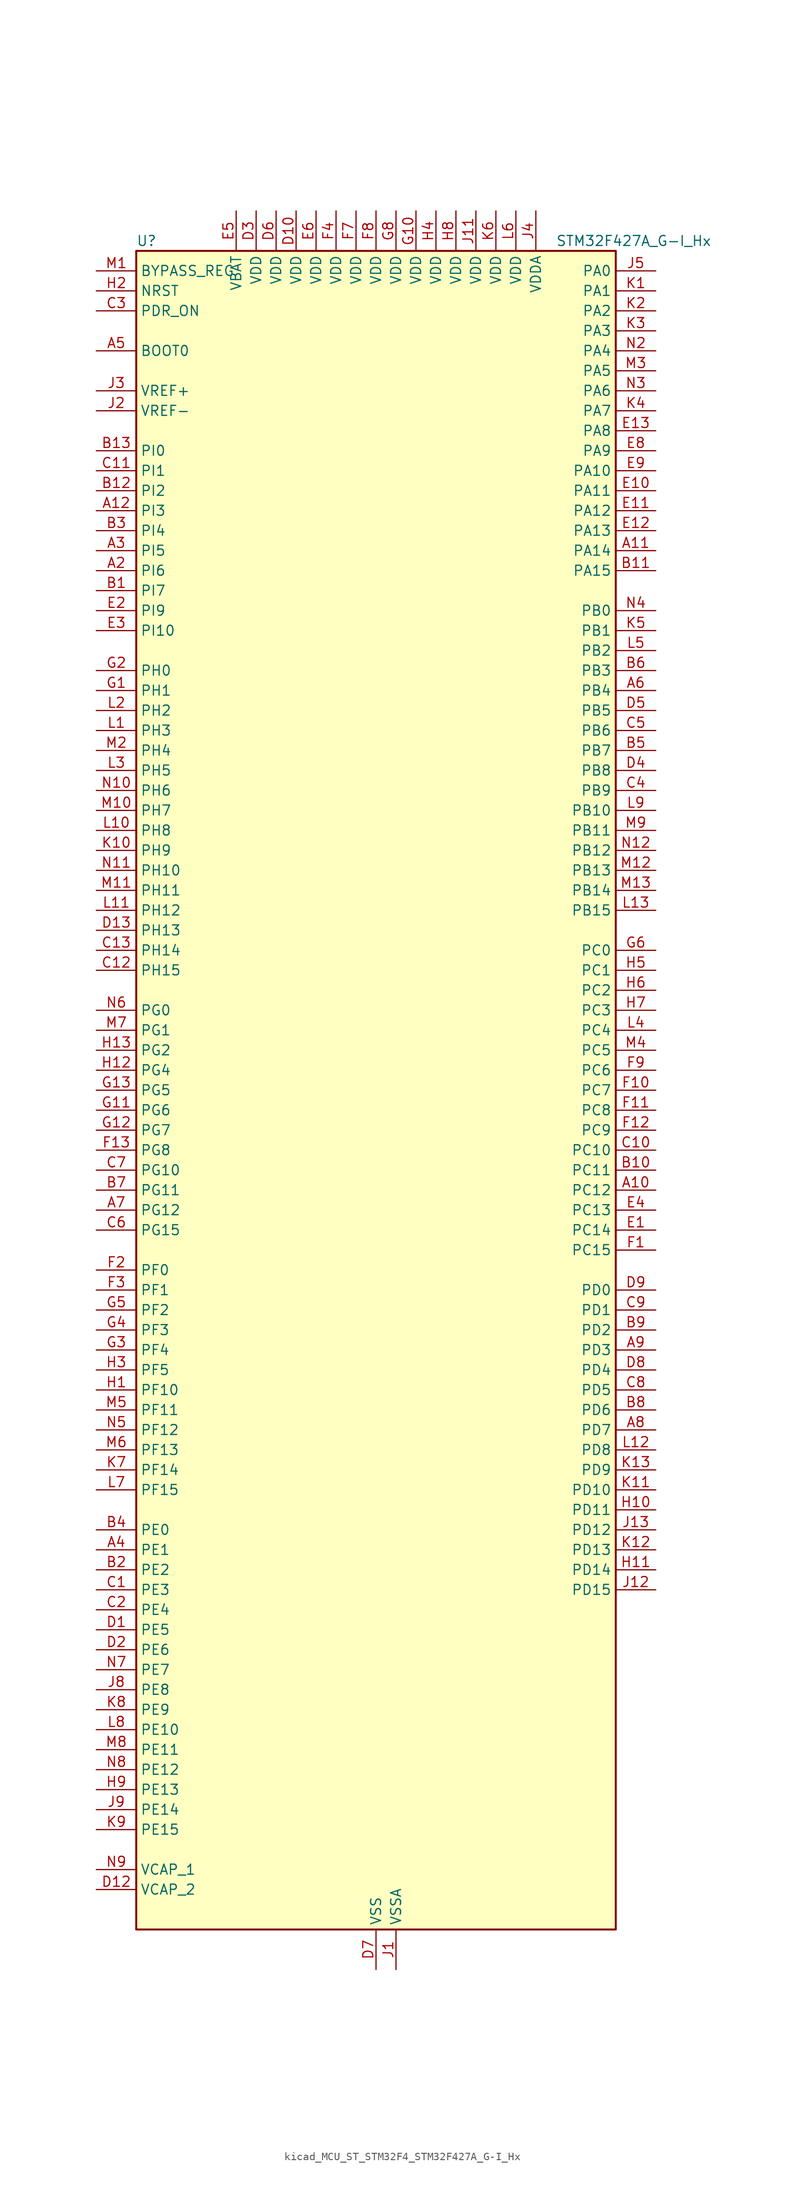
<source format=kicad_sym>
(kicad_symbol_lib
  (version 20220914)
  (generator kicad_symbol_editor)
  (symbol "kicad_MCU_ST_STM32F4_STM32F427A_G-I_Hx"
    (property "Reference" "U"
      (at -30.48 107.95 0)
      (effects (font (size 1.27 1.27)) (justify left)))
    (property "Value" "STM32F427A_G-I_Hx"
      (at 22.86 107.95 0)
      (effects (font (size 1.27 1.27)) (justify left)))
    (property "ki_locked" ""
      (at 0 0 0)
      (effects (font (size 1.27 1.27))))
    (symbol "kicad_MCU_ST_STM32F4_STM32F427A_G-I_Hx_0_1"
      (rectangle (start -30.48 -106.68) (end 30.48 106.68) (stroke (width 0.254) (type default)) (fill (type background))))
    (symbol "kicad_MCU_ST_STM32F4_STM32F427A_G-I_Hx_1_1"
      (pin no_connect line (at -30.48 -106.68 0) (length 5.08) hide (name "NC" (effects (font (size 1.27 1.27)))) (number "A1" (effects (font (size 1.27 1.27)))))
      (pin bidirectional line (at 35.56 -12.7 180) (length 5.08) (name "PC12" (effects (font (size 1.27 1.27)))) (number "A10" (effects (font (size 1.27 1.27)))) (alternate "DCMI_D9" bidirectional line) (alternate "I2S3_SD" bidirectional line) (alternate "SDIO_CK" bidirectional line) (alternate "SPI3_MOSI" bidirectional line) (alternate "UART5_TX" bidirectional line) (alternate "USART3_CK" bidirectional line))
      (pin bidirectional line (at 35.56 68.58 180) (length 5.08) (name "PA14" (effects (font (size 1.27 1.27)))) (number "A11" (effects (font (size 1.27 1.27)))) (alternate "SYS_JTCK-SWCLK" bidirectional line))
      (pin bidirectional line (at -35.56 73.66 0) (length 5.08) (name "PI3" (effects (font (size 1.27 1.27)))) (number "A12" (effects (font (size 1.27 1.27)))) (alternate "DCMI_D10" bidirectional line) (alternate "FMC_D27" bidirectional line) (alternate "I2S2_SD" bidirectional line) (alternate "SPI2_MOSI" bidirectional line) (alternate "TIM8_ETR" bidirectional line))
      (pin no_connect line (at -30.48 -104.14 0) (length 5.08) hide (name "NC" (effects (font (size 1.27 1.27)))) (number "A13" (effects (font (size 1.27 1.27)))))
      (pin bidirectional line (at -35.56 66.04 0) (length 5.08) (name "PI6" (effects (font (size 1.27 1.27)))) (number "A2" (effects (font (size 1.27 1.27)))) (alternate "DCMI_D6" bidirectional line) (alternate "FMC_D28" bidirectional line) (alternate "TIM8_CH2" bidirectional line))
      (pin bidirectional line (at -35.56 68.58 0) (length 5.08) (name "PI5" (effects (font (size 1.27 1.27)))) (number "A3" (effects (font (size 1.27 1.27)))) (alternate "DCMI_VSYNC" bidirectional line) (alternate "FMC_NBL3" bidirectional line) (alternate "TIM8_CH1" bidirectional line))
      (pin bidirectional line (at -35.56 -58.42 0) (length 5.08) (name "PE1" (effects (font (size 1.27 1.27)))) (number "A4" (effects (font (size 1.27 1.27)))) (alternate "DCMI_D3" bidirectional line) (alternate "FMC_NBL1" bidirectional line) (alternate "UART8_TX" bidirectional line))
      (pin input line (at -35.56 93.98 0) (length 5.08) (name "BOOT0" (effects (font (size 1.27 1.27)))) (number "A5" (effects (font (size 1.27 1.27)))))
      (pin bidirectional line (at 35.56 50.8 180) (length 5.08) (name "PB4" (effects (font (size 1.27 1.27)))) (number "A6" (effects (font (size 1.27 1.27)))) (alternate "I2S3_ext_SD" bidirectional line) (alternate "SPI1_MISO" bidirectional line) (alternate "SPI3_MISO" bidirectional line) (alternate "SYS_JTRST" bidirectional line) (alternate "TIM3_CH1" bidirectional line))
      (pin bidirectional line (at -35.56 -15.24 0) (length 5.08) (name "PG12" (effects (font (size 1.27 1.27)))) (number "A7" (effects (font (size 1.27 1.27)))) (alternate "FMC_NE4" bidirectional line) (alternate "USART6_RTS" bidirectional line))
      (pin bidirectional line (at 35.56 -43.18 180) (length 5.08) (name "PD7" (effects (font (size 1.27 1.27)))) (number "A8" (effects (font (size 1.27 1.27)))) (alternate "FMC_NCE2" bidirectional line) (alternate "FMC_NE1" bidirectional line) (alternate "USART2_CK" bidirectional line))
      (pin bidirectional line (at 35.56 -33.02 180) (length 5.08) (name "PD3" (effects (font (size 1.27 1.27)))) (number "A9" (effects (font (size 1.27 1.27)))) (alternate "DCMI_D5" bidirectional line) (alternate "FMC_CLK" bidirectional line) (alternate "I2S2_CK" bidirectional line) (alternate "SPI2_SCK" bidirectional line) (alternate "USART2_CTS" bidirectional line))
      (pin bidirectional line (at -35.56 63.5 0) (length 5.08) (name "PI7" (effects (font (size 1.27 1.27)))) (number "B1" (effects (font (size 1.27 1.27)))) (alternate "DCMI_D7" bidirectional line) (alternate "FMC_D29" bidirectional line) (alternate "TIM8_CH3" bidirectional line))
      (pin bidirectional line (at 35.56 -10.16 180) (length 5.08) (name "PC11" (effects (font (size 1.27 1.27)))) (number "B10" (effects (font (size 1.27 1.27)))) (alternate "ADC1_EXTI11" bidirectional line) (alternate "ADC2_EXTI11" bidirectional line) (alternate "ADC3_EXTI11" bidirectional line) (alternate "DCMI_D4" bidirectional line) (alternate "I2S3_ext_SD" bidirectional line) (alternate "SDIO_D3" bidirectional line) (alternate "SPI3_MISO" bidirectional line) (alternate "UART4_RX" bidirectional line) (alternate "USART3_RX" bidirectional line))
      (pin bidirectional line (at 35.56 66.04 180) (length 5.08) (name "PA15" (effects (font (size 1.27 1.27)))) (number "B11" (effects (font (size 1.27 1.27)))) (alternate "ADC1_EXTI15" bidirectional line) (alternate "ADC2_EXTI15" bidirectional line) (alternate "ADC3_EXTI15" bidirectional line) (alternate "I2S3_WS" bidirectional line) (alternate "SPI1_NSS" bidirectional line) (alternate "SPI3_NSS" bidirectional line) (alternate "SYS_JTDI" bidirectional line) (alternate "TIM2_CH1" bidirectional line) (alternate "TIM2_ETR" bidirectional line))
      (pin bidirectional line (at -35.56 76.2 0) (length 5.08) (name "PI2" (effects (font (size 1.27 1.27)))) (number "B12" (effects (font (size 1.27 1.27)))) (alternate "DCMI_D9" bidirectional line) (alternate "FMC_D26" bidirectional line) (alternate "I2S2_ext_SD" bidirectional line) (alternate "SPI2_MISO" bidirectional line) (alternate "TIM8_CH4" bidirectional line))
      (pin bidirectional line (at -35.56 81.28 0) (length 5.08) (name "PI0" (effects (font (size 1.27 1.27)))) (number "B13" (effects (font (size 1.27 1.27)))) (alternate "DCMI_D13" bidirectional line) (alternate "FMC_D24" bidirectional line) (alternate "I2S2_WS" bidirectional line) (alternate "SPI2_NSS" bidirectional line) (alternate "TIM5_CH4" bidirectional line))
      (pin bidirectional line (at -35.56 -60.96 0) (length 5.08) (name "PE2" (effects (font (size 1.27 1.27)))) (number "B2" (effects (font (size 1.27 1.27)))) (alternate "ETH_TXD3" bidirectional line) (alternate "FMC_A23" bidirectional line) (alternate "SAI1_MCLK_A" bidirectional line) (alternate "SPI4_SCK" bidirectional line) (alternate "SYS_TRACECLK" bidirectional line))
      (pin bidirectional line (at -35.56 71.12 0) (length 5.08) (name "PI4" (effects (font (size 1.27 1.27)))) (number "B3" (effects (font (size 1.27 1.27)))) (alternate "DCMI_D5" bidirectional line) (alternate "FMC_NBL2" bidirectional line) (alternate "TIM8_BKIN" bidirectional line))
      (pin bidirectional line (at -35.56 -55.88 0) (length 5.08) (name "PE0" (effects (font (size 1.27 1.27)))) (number "B4" (effects (font (size 1.27 1.27)))) (alternate "DCMI_D2" bidirectional line) (alternate "FMC_NBL0" bidirectional line) (alternate "TIM4_ETR" bidirectional line) (alternate "UART8_RX" bidirectional line))
      (pin bidirectional line (at 35.56 43.18 180) (length 5.08) (name "PB7" (effects (font (size 1.27 1.27)))) (number "B5" (effects (font (size 1.27 1.27)))) (alternate "DCMI_VSYNC" bidirectional line) (alternate "FMC_NL" bidirectional line) (alternate "I2C1_SDA" bidirectional line) (alternate "TIM4_CH2" bidirectional line) (alternate "USART1_RX" bidirectional line))
      (pin bidirectional line (at 35.56 53.34 180) (length 5.08) (name "PB3" (effects (font (size 1.27 1.27)))) (number "B6" (effects (font (size 1.27 1.27)))) (alternate "I2S3_CK" bidirectional line) (alternate "SPI1_SCK" bidirectional line) (alternate "SPI3_SCK" bidirectional line) (alternate "SYS_JTDO-SWO" bidirectional line) (alternate "TIM2_CH2" bidirectional line))
      (pin bidirectional line (at -35.56 -12.7 0) (length 5.08) (name "PG11" (effects (font (size 1.27 1.27)))) (number "B7" (effects (font (size 1.27 1.27)))) (alternate "ADC1_EXTI11" bidirectional line) (alternate "ADC2_EXTI11" bidirectional line) (alternate "ADC3_EXTI11" bidirectional line) (alternate "DCMI_D3" bidirectional line) (alternate "ETH_TX_EN" bidirectional line))
      (pin bidirectional line (at 35.56 -40.64 180) (length 5.08) (name "PD6" (effects (font (size 1.27 1.27)))) (number "B8" (effects (font (size 1.27 1.27)))) (alternate "DCMI_D10" bidirectional line) (alternate "FMC_NWAIT" bidirectional line) (alternate "I2S3_SD" bidirectional line) (alternate "SAI1_SD_A" bidirectional line) (alternate "SPI3_MOSI" bidirectional line) (alternate "USART2_RX" bidirectional line))
      (pin bidirectional line (at 35.56 -30.48 180) (length 5.08) (name "PD2" (effects (font (size 1.27 1.27)))) (number "B9" (effects (font (size 1.27 1.27)))) (alternate "DCMI_D11" bidirectional line) (alternate "SDIO_CMD" bidirectional line) (alternate "TIM3_ETR" bidirectional line) (alternate "UART5_RX" bidirectional line))
      (pin bidirectional line (at -35.56 -63.5 0) (length 5.08) (name "PE3" (effects (font (size 1.27 1.27)))) (number "C1" (effects (font (size 1.27 1.27)))) (alternate "FMC_A19" bidirectional line) (alternate "SAI1_SD_B" bidirectional line) (alternate "SYS_TRACED0" bidirectional line))
      (pin bidirectional line (at 35.56 -7.62 180) (length 5.08) (name "PC10" (effects (font (size 1.27 1.27)))) (number "C10" (effects (font (size 1.27 1.27)))) (alternate "DCMI_D8" bidirectional line) (alternate "I2S3_CK" bidirectional line) (alternate "SDIO_D2" bidirectional line) (alternate "SPI3_SCK" bidirectional line) (alternate "UART4_TX" bidirectional line) (alternate "USART3_TX" bidirectional line))
      (pin bidirectional line (at -35.56 78.74 0) (length 5.08) (name "PI1" (effects (font (size 1.27 1.27)))) (number "C11" (effects (font (size 1.27 1.27)))) (alternate "DCMI_D8" bidirectional line) (alternate "FMC_D25" bidirectional line) (alternate "I2S2_CK" bidirectional line) (alternate "SPI2_SCK" bidirectional line))
      (pin bidirectional line (at -35.56 15.24 0) (length 5.08) (name "PH15" (effects (font (size 1.27 1.27)))) (number "C12" (effects (font (size 1.27 1.27)))) (alternate "ADC1_EXTI15" bidirectional line) (alternate "ADC2_EXTI15" bidirectional line) (alternate "ADC3_EXTI15" bidirectional line) (alternate "DCMI_D11" bidirectional line) (alternate "FMC_D23" bidirectional line) (alternate "TIM8_CH3N" bidirectional line))
      (pin bidirectional line (at -35.56 17.78 0) (length 5.08) (name "PH14" (effects (font (size 1.27 1.27)))) (number "C13" (effects (font (size 1.27 1.27)))) (alternate "DCMI_D4" bidirectional line) (alternate "FMC_D22" bidirectional line) (alternate "TIM8_CH2N" bidirectional line))
      (pin bidirectional line (at -35.56 -66.04 0) (length 5.08) (name "PE4" (effects (font (size 1.27 1.27)))) (number "C2" (effects (font (size 1.27 1.27)))) (alternate "DCMI_D4" bidirectional line) (alternate "FMC_A20" bidirectional line) (alternate "SAI1_FS_A" bidirectional line) (alternate "SPI4_NSS" bidirectional line) (alternate "SYS_TRACED1" bidirectional line))
      (pin input line (at -35.56 99.06 0) (length 5.08) (name "PDR_ON" (effects (font (size 1.27 1.27)))) (number "C3" (effects (font (size 1.27 1.27)))))
      (pin bidirectional line (at 35.56 38.1 180) (length 5.08) (name "PB9" (effects (font (size 1.27 1.27)))) (number "C4" (effects (font (size 1.27 1.27)))) (alternate "CAN1_TX" bidirectional line) (alternate "DAC_EXTI9" bidirectional line) (alternate "DCMI_D7" bidirectional line) (alternate "I2C1_SDA" bidirectional line) (alternate "I2S2_WS" bidirectional line) (alternate "SDIO_D5" bidirectional line) (alternate "SPI2_NSS" bidirectional line) (alternate "TIM11_CH1" bidirectional line) (alternate "TIM4_CH4" bidirectional line))
      (pin bidirectional line (at 35.56 45.72 180) (length 5.08) (name "PB6" (effects (font (size 1.27 1.27)))) (number "C5" (effects (font (size 1.27 1.27)))) (alternate "CAN2_TX" bidirectional line) (alternate "DCMI_D5" bidirectional line) (alternate "FMC_SDNE1" bidirectional line) (alternate "I2C1_SCL" bidirectional line) (alternate "TIM4_CH1" bidirectional line) (alternate "USART1_TX" bidirectional line))
      (pin bidirectional line (at -35.56 -17.78 0) (length 5.08) (name "PG15" (effects (font (size 1.27 1.27)))) (number "C6" (effects (font (size 1.27 1.27)))) (alternate "ADC1_EXTI15" bidirectional line) (alternate "ADC2_EXTI15" bidirectional line) (alternate "ADC3_EXTI15" bidirectional line) (alternate "DCMI_D13" bidirectional line) (alternate "FMC_SDNCAS" bidirectional line) (alternate "USART6_CTS" bidirectional line))
      (pin bidirectional line (at -35.56 -10.16 0) (length 5.08) (name "PG10" (effects (font (size 1.27 1.27)))) (number "C7" (effects (font (size 1.27 1.27)))) (alternate "DCMI_D2" bidirectional line) (alternate "FMC_NE3" bidirectional line))
      (pin bidirectional line (at 35.56 -38.1 180) (length 5.08) (name "PD5" (effects (font (size 1.27 1.27)))) (number "C8" (effects (font (size 1.27 1.27)))) (alternate "FMC_NWE" bidirectional line) (alternate "USART2_TX" bidirectional line))
      (pin bidirectional line (at 35.56 -27.94 180) (length 5.08) (name "PD1" (effects (font (size 1.27 1.27)))) (number "C9" (effects (font (size 1.27 1.27)))) (alternate "CAN1_TX" bidirectional line) (alternate "FMC_D3" bidirectional line) (alternate "FMC_DA3" bidirectional line))
      (pin bidirectional line (at -35.56 -68.58 0) (length 5.08) (name "PE5" (effects (font (size 1.27 1.27)))) (number "D1" (effects (font (size 1.27 1.27)))) (alternate "DCMI_D6" bidirectional line) (alternate "FMC_A21" bidirectional line) (alternate "SAI1_SCK_A" bidirectional line) (alternate "SPI4_MISO" bidirectional line) (alternate "SYS_TRACED2" bidirectional line) (alternate "TIM9_CH1" bidirectional line))
      (pin power_in line (at -10.16 111.76 270) (length 5.08) (name "VDD" (effects (font (size 1.27 1.27)))) (number "D10" (effects (font (size 1.27 1.27)))))
      (pin passive line (at 0 -111.76 90) (length 5.08) hide (name "VSS" (effects (font (size 1.27 1.27)))) (number "D11" (effects (font (size 1.27 1.27)))))
      (pin power_out line (at -35.56 -101.6 0) (length 5.08) (name "VCAP_2" (effects (font (size 1.27 1.27)))) (number "D12" (effects (font (size 1.27 1.27)))))
      (pin bidirectional line (at -35.56 20.32 0) (length 5.08) (name "PH13" (effects (font (size 1.27 1.27)))) (number "D13" (effects (font (size 1.27 1.27)))) (alternate "CAN1_TX" bidirectional line) (alternate "FMC_D21" bidirectional line) (alternate "TIM8_CH1N" bidirectional line))
      (pin bidirectional line (at -35.56 -71.12 0) (length 5.08) (name "PE6" (effects (font (size 1.27 1.27)))) (number "D2" (effects (font (size 1.27 1.27)))) (alternate "DCMI_D7" bidirectional line) (alternate "FMC_A22" bidirectional line) (alternate "SAI1_SD_A" bidirectional line) (alternate "SPI4_MOSI" bidirectional line) (alternate "SYS_TRACED3" bidirectional line) (alternate "TIM9_CH2" bidirectional line))
      (pin power_in line (at -15.24 111.76 270) (length 5.08) (name "VDD" (effects (font (size 1.27 1.27)))) (number "D3" (effects (font (size 1.27 1.27)))))
      (pin bidirectional line (at 35.56 40.64 180) (length 5.08) (name "PB8" (effects (font (size 1.27 1.27)))) (number "D4" (effects (font (size 1.27 1.27)))) (alternate "CAN1_RX" bidirectional line) (alternate "DCMI_D6" bidirectional line) (alternate "ETH_TXD3" bidirectional line) (alternate "I2C1_SCL" bidirectional line) (alternate "SDIO_D4" bidirectional line) (alternate "TIM10_CH1" bidirectional line) (alternate "TIM4_CH3" bidirectional line))
      (pin bidirectional line (at 35.56 48.26 180) (length 5.08) (name "PB5" (effects (font (size 1.27 1.27)))) (number "D5" (effects (font (size 1.27 1.27)))) (alternate "CAN2_RX" bidirectional line) (alternate "DCMI_D10" bidirectional line) (alternate "ETH_PPS_OUT" bidirectional line) (alternate "FMC_SDCKE1" bidirectional line) (alternate "I2C1_SMBA" bidirectional line) (alternate "I2S3_SD" bidirectional line) (alternate "SPI1_MOSI" bidirectional line) (alternate "SPI3_MOSI" bidirectional line) (alternate "TIM3_CH2" bidirectional line) (alternate "USB_OTG_HS_ULPI_D7" bidirectional line))
      (pin power_in line (at -12.7 111.76 270) (length 5.08) (name "VDD" (effects (font (size 1.27 1.27)))) (number "D6" (effects (font (size 1.27 1.27)))))
      (pin power_in line (at 0 -111.76 90) (length 5.08) (name "VSS" (effects (font (size 1.27 1.27)))) (number "D7" (effects (font (size 1.27 1.27)))))
      (pin bidirectional line (at 35.56 -35.56 180) (length 5.08) (name "PD4" (effects (font (size 1.27 1.27)))) (number "D8" (effects (font (size 1.27 1.27)))) (alternate "FMC_NOE" bidirectional line) (alternate "USART2_RTS" bidirectional line))
      (pin bidirectional line (at 35.56 -25.4 180) (length 5.08) (name "PD0" (effects (font (size 1.27 1.27)))) (number "D9" (effects (font (size 1.27 1.27)))) (alternate "CAN1_RX" bidirectional line) (alternate "FMC_D2" bidirectional line) (alternate "FMC_DA2" bidirectional line))
      (pin bidirectional line (at 35.56 -17.78 180) (length 5.08) (name "PC14" (effects (font (size 1.27 1.27)))) (number "E1" (effects (font (size 1.27 1.27)))) (alternate "RCC_OSC32_IN" bidirectional line))
      (pin bidirectional line (at 35.56 76.2 180) (length 5.08) (name "PA11" (effects (font (size 1.27 1.27)))) (number "E10" (effects (font (size 1.27 1.27)))) (alternate "ADC1_EXTI11" bidirectional line) (alternate "ADC2_EXTI11" bidirectional line) (alternate "ADC3_EXTI11" bidirectional line) (alternate "CAN1_RX" bidirectional line) (alternate "TIM1_CH4" bidirectional line) (alternate "USART1_CTS" bidirectional line) (alternate "USB_OTG_FS_DM" bidirectional line))
      (pin bidirectional line (at 35.56 73.66 180) (length 5.08) (name "PA12" (effects (font (size 1.27 1.27)))) (number "E11" (effects (font (size 1.27 1.27)))) (alternate "CAN1_TX" bidirectional line) (alternate "TIM1_ETR" bidirectional line) (alternate "USART1_RTS" bidirectional line) (alternate "USB_OTG_FS_DP" bidirectional line))
      (pin bidirectional line (at 35.56 71.12 180) (length 5.08) (name "PA13" (effects (font (size 1.27 1.27)))) (number "E12" (effects (font (size 1.27 1.27)))) (alternate "SYS_JTMS-SWDIO" bidirectional line))
      (pin bidirectional line (at 35.56 83.82 180) (length 5.08) (name "PA8" (effects (font (size 1.27 1.27)))) (number "E13" (effects (font (size 1.27 1.27)))) (alternate "I2C3_SCL" bidirectional line) (alternate "RCC_MCO_1" bidirectional line) (alternate "TIM1_CH1" bidirectional line) (alternate "USART1_CK" bidirectional line) (alternate "USB_OTG_FS_SOF" bidirectional line))
      (pin bidirectional line (at -35.56 60.96 0) (length 5.08) (name "PI9" (effects (font (size 1.27 1.27)))) (number "E2" (effects (font (size 1.27 1.27)))) (alternate "CAN1_RX" bidirectional line) (alternate "DAC_EXTI9" bidirectional line) (alternate "FMC_D30" bidirectional line))
      (pin bidirectional line (at -35.56 58.42 0) (length 5.08) (name "PI10" (effects (font (size 1.27 1.27)))) (number "E3" (effects (font (size 1.27 1.27)))) (alternate "ETH_RX_ER" bidirectional line) (alternate "FMC_D31" bidirectional line))
      (pin bidirectional line (at 35.56 -15.24 180) (length 5.08) (name "PC13" (effects (font (size 1.27 1.27)))) (number "E4" (effects (font (size 1.27 1.27)))) (alternate "RTC_AF1" bidirectional line))
      (pin power_in line (at -17.78 111.76 270) (length 5.08) (name "VBAT" (effects (font (size 1.27 1.27)))) (number "E5" (effects (font (size 1.27 1.27)))))
      (pin power_in line (at -7.62 111.76 270) (length 5.08) (name "VDD" (effects (font (size 1.27 1.27)))) (number "E6" (effects (font (size 1.27 1.27)))))
      (pin passive line (at 0 -111.76 90) (length 5.08) hide (name "VSS" (effects (font (size 1.27 1.27)))) (number "E7" (effects (font (size 1.27 1.27)))))
      (pin bidirectional line (at 35.56 81.28 180) (length 5.08) (name "PA9" (effects (font (size 1.27 1.27)))) (number "E8" (effects (font (size 1.27 1.27)))) (alternate "DAC_EXTI9" bidirectional line) (alternate "DCMI_D0" bidirectional line) (alternate "I2C3_SMBA" bidirectional line) (alternate "TIM1_CH2" bidirectional line) (alternate "USART1_TX" bidirectional line) (alternate "USB_OTG_FS_VBUS" bidirectional line))
      (pin bidirectional line (at 35.56 78.74 180) (length 5.08) (name "PA10" (effects (font (size 1.27 1.27)))) (number "E9" (effects (font (size 1.27 1.27)))) (alternate "DCMI_D1" bidirectional line) (alternate "TIM1_CH3" bidirectional line) (alternate "USART1_RX" bidirectional line) (alternate "USB_OTG_FS_ID" bidirectional line))
      (pin bidirectional line (at 35.56 -20.32 180) (length 5.08) (name "PC15" (effects (font (size 1.27 1.27)))) (number "F1" (effects (font (size 1.27 1.27)))) (alternate "ADC1_EXTI15" bidirectional line) (alternate "ADC2_EXTI15" bidirectional line) (alternate "ADC3_EXTI15" bidirectional line) (alternate "RCC_OSC32_OUT" bidirectional line))
      (pin bidirectional line (at 35.56 0 180) (length 5.08) (name "PC7" (effects (font (size 1.27 1.27)))) (number "F10" (effects (font (size 1.27 1.27)))) (alternate "DCMI_D1" bidirectional line) (alternate "I2S3_MCK" bidirectional line) (alternate "SDIO_D7" bidirectional line) (alternate "TIM3_CH2" bidirectional line) (alternate "TIM8_CH2" bidirectional line) (alternate "USART6_RX" bidirectional line))
      (pin bidirectional line (at 35.56 -2.54 180) (length 5.08) (name "PC8" (effects (font (size 1.27 1.27)))) (number "F11" (effects (font (size 1.27 1.27)))) (alternate "DCMI_D2" bidirectional line) (alternate "SDIO_D0" bidirectional line) (alternate "TIM3_CH3" bidirectional line) (alternate "TIM8_CH3" bidirectional line) (alternate "USART6_CK" bidirectional line))
      (pin bidirectional line (at 35.56 -5.08 180) (length 5.08) (name "PC9" (effects (font (size 1.27 1.27)))) (number "F12" (effects (font (size 1.27 1.27)))) (alternate "DAC_EXTI9" bidirectional line) (alternate "DCMI_D3" bidirectional line) (alternate "I2C3_SDA" bidirectional line) (alternate "I2S_CKIN" bidirectional line) (alternate "RCC_MCO_2" bidirectional line) (alternate "SDIO_D1" bidirectional line) (alternate "TIM3_CH4" bidirectional line) (alternate "TIM8_CH4" bidirectional line))
      (pin bidirectional line (at -35.56 -7.62 0) (length 5.08) (name "PG8" (effects (font (size 1.27 1.27)))) (number "F13" (effects (font (size 1.27 1.27)))) (alternate "ETH_PPS_OUT" bidirectional line) (alternate "FMC_SDCLK" bidirectional line) (alternate "USART6_RTS" bidirectional line))
      (pin bidirectional line (at -35.56 -22.86 0) (length 5.08) (name "PF0" (effects (font (size 1.27 1.27)))) (number "F2" (effects (font (size 1.27 1.27)))) (alternate "FMC_A0" bidirectional line) (alternate "I2C2_SDA" bidirectional line))
      (pin bidirectional line (at -35.56 -25.4 0) (length 5.08) (name "PF1" (effects (font (size 1.27 1.27)))) (number "F3" (effects (font (size 1.27 1.27)))) (alternate "FMC_A1" bidirectional line) (alternate "I2C2_SCL" bidirectional line))
      (pin power_in line (at -5.08 111.76 270) (length 5.08) (name "VDD" (effects (font (size 1.27 1.27)))) (number "F4" (effects (font (size 1.27 1.27)))))
      (pin passive line (at 0 -111.76 90) (length 5.08) hide (name "VSS" (effects (font (size 1.27 1.27)))) (number "F5" (effects (font (size 1.27 1.27)))))
      (pin passive line (at 0 -111.76 90) (length 5.08) hide (name "VSS" (effects (font (size 1.27 1.27)))) (number "F6" (effects (font (size 1.27 1.27)))))
      (pin power_in line (at -2.54 111.76 270) (length 5.08) (name "VDD" (effects (font (size 1.27 1.27)))) (number "F7" (effects (font (size 1.27 1.27)))))
      (pin power_in line (at 0 111.76 270) (length 5.08) (name "VDD" (effects (font (size 1.27 1.27)))) (number "F8" (effects (font (size 1.27 1.27)))))
      (pin bidirectional line (at 35.56 2.54 180) (length 5.08) (name "PC6" (effects (font (size 1.27 1.27)))) (number "F9" (effects (font (size 1.27 1.27)))) (alternate "DCMI_D0" bidirectional line) (alternate "I2S2_MCK" bidirectional line) (alternate "SDIO_D6" bidirectional line) (alternate "TIM3_CH1" bidirectional line) (alternate "TIM8_CH1" bidirectional line) (alternate "USART6_TX" bidirectional line))
      (pin bidirectional line (at -35.56 50.8 0) (length 5.08) (name "PH1" (effects (font (size 1.27 1.27)))) (number "G1" (effects (font (size 1.27 1.27)))) (alternate "RCC_OSC_OUT" bidirectional line))
      (pin power_in line (at 5.08 111.76 270) (length 5.08) (name "VDD" (effects (font (size 1.27 1.27)))) (number "G10" (effects (font (size 1.27 1.27)))))
      (pin bidirectional line (at -35.56 -2.54 0) (length 5.08) (name "PG6" (effects (font (size 1.27 1.27)))) (number "G11" (effects (font (size 1.27 1.27)))) (alternate "DCMI_D12" bidirectional line) (alternate "FMC_INT2" bidirectional line))
      (pin bidirectional line (at -35.56 -5.08 0) (length 5.08) (name "PG7" (effects (font (size 1.27 1.27)))) (number "G12" (effects (font (size 1.27 1.27)))) (alternate "DCMI_D13" bidirectional line) (alternate "USART6_CK" bidirectional line))
      (pin bidirectional line (at -35.56 0 0) (length 5.08) (name "PG5" (effects (font (size 1.27 1.27)))) (number "G13" (effects (font (size 1.27 1.27)))) (alternate "FMC_A15" bidirectional line) (alternate "FMC_BA1" bidirectional line))
      (pin bidirectional line (at -35.56 53.34 0) (length 5.08) (name "PH0" (effects (font (size 1.27 1.27)))) (number "G2" (effects (font (size 1.27 1.27)))) (alternate "RCC_OSC_IN" bidirectional line))
      (pin bidirectional line (at -35.56 -33.02 0) (length 5.08) (name "PF4" (effects (font (size 1.27 1.27)))) (number "G3" (effects (font (size 1.27 1.27)))) (alternate "ADC3_IN14" bidirectional line) (alternate "FMC_A4" bidirectional line))
      (pin bidirectional line (at -35.56 -30.48 0) (length 5.08) (name "PF3" (effects (font (size 1.27 1.27)))) (number "G4" (effects (font (size 1.27 1.27)))) (alternate "ADC3_IN9" bidirectional line) (alternate "FMC_A3" bidirectional line))
      (pin bidirectional line (at -35.56 -27.94 0) (length 5.08) (name "PF2" (effects (font (size 1.27 1.27)))) (number "G5" (effects (font (size 1.27 1.27)))) (alternate "FMC_A2" bidirectional line) (alternate "I2C2_SMBA" bidirectional line))
      (pin bidirectional line (at 35.56 17.78 180) (length 5.08) (name "PC0" (effects (font (size 1.27 1.27)))) (number "G6" (effects (font (size 1.27 1.27)))) (alternate "ADC1_IN10" bidirectional line) (alternate "ADC2_IN10" bidirectional line) (alternate "ADC3_IN10" bidirectional line) (alternate "FMC_SDNWE" bidirectional line) (alternate "USB_OTG_HS_ULPI_STP" bidirectional line))
      (pin passive line (at 0 -111.76 90) (length 5.08) hide (name "VSS" (effects (font (size 1.27 1.27)))) (number "G7" (effects (font (size 1.27 1.27)))))
      (pin power_in line (at 2.54 111.76 270) (length 5.08) (name "VDD" (effects (font (size 1.27 1.27)))) (number "G8" (effects (font (size 1.27 1.27)))))
      (pin passive line (at 0 -111.76 90) (length 5.08) hide (name "VSS" (effects (font (size 1.27 1.27)))) (number "G9" (effects (font (size 1.27 1.27)))))
      (pin bidirectional line (at -35.56 -38.1 0) (length 5.08) (name "PF10" (effects (font (size 1.27 1.27)))) (number "H1" (effects (font (size 1.27 1.27)))) (alternate "ADC3_IN8" bidirectional line) (alternate "DCMI_D11" bidirectional line))
      (pin bidirectional line (at 35.56 -53.34 180) (length 5.08) (name "PD11" (effects (font (size 1.27 1.27)))) (number "H10" (effects (font (size 1.27 1.27)))) (alternate "ADC1_EXTI11" bidirectional line) (alternate "ADC2_EXTI11" bidirectional line) (alternate "ADC3_EXTI11" bidirectional line) (alternate "FMC_A16" bidirectional line) (alternate "FMC_CLE" bidirectional line) (alternate "USART3_CTS" bidirectional line))
      (pin bidirectional line (at 35.56 -60.96 180) (length 5.08) (name "PD14" (effects (font (size 1.27 1.27)))) (number "H11" (effects (font (size 1.27 1.27)))) (alternate "FMC_D0" bidirectional line) (alternate "FMC_DA0" bidirectional line) (alternate "TIM4_CH3" bidirectional line))
      (pin bidirectional line (at -35.56 2.54 0) (length 5.08) (name "PG4" (effects (font (size 1.27 1.27)))) (number "H12" (effects (font (size 1.27 1.27)))) (alternate "FMC_A14" bidirectional line) (alternate "FMC_BA0" bidirectional line))
      (pin bidirectional line (at -35.56 5.08 0) (length 5.08) (name "PG2" (effects (font (size 1.27 1.27)))) (number "H13" (effects (font (size 1.27 1.27)))) (alternate "FMC_A12" bidirectional line))
      (pin input line (at -35.56 101.6 0) (length 5.08) (name "NRST" (effects (font (size 1.27 1.27)))) (number "H2" (effects (font (size 1.27 1.27)))))
      (pin bidirectional line (at -35.56 -35.56 0) (length 5.08) (name "PF5" (effects (font (size 1.27 1.27)))) (number "H3" (effects (font (size 1.27 1.27)))) (alternate "ADC3_IN15" bidirectional line) (alternate "FMC_A5" bidirectional line))
      (pin power_in line (at 7.62 111.76 270) (length 5.08) (name "VDD" (effects (font (size 1.27 1.27)))) (number "H4" (effects (font (size 1.27 1.27)))))
      (pin bidirectional line (at 35.56 15.24 180) (length 5.08) (name "PC1" (effects (font (size 1.27 1.27)))) (number "H5" (effects (font (size 1.27 1.27)))) (alternate "ADC1_IN11" bidirectional line) (alternate "ADC2_IN11" bidirectional line) (alternate "ADC3_IN11" bidirectional line) (alternate "ETH_MDC" bidirectional line))
      (pin bidirectional line (at 35.56 12.7 180) (length 5.08) (name "PC2" (effects (font (size 1.27 1.27)))) (number "H6" (effects (font (size 1.27 1.27)))) (alternate "ADC1_IN12" bidirectional line) (alternate "ADC2_IN12" bidirectional line) (alternate "ADC3_IN12" bidirectional line) (alternate "ETH_TXD2" bidirectional line) (alternate "FMC_SDNE0" bidirectional line) (alternate "I2S2_ext_SD" bidirectional line) (alternate "SPI2_MISO" bidirectional line) (alternate "USB_OTG_HS_ULPI_DIR" bidirectional line))
      (pin bidirectional line (at 35.56 10.16 180) (length 5.08) (name "PC3" (effects (font (size 1.27 1.27)))) (number "H7" (effects (font (size 1.27 1.27)))) (alternate "ADC1_IN13" bidirectional line) (alternate "ADC2_IN13" bidirectional line) (alternate "ADC3_IN13" bidirectional line) (alternate "ETH_TX_CLK" bidirectional line) (alternate "FMC_SDCKE0" bidirectional line) (alternate "I2S2_SD" bidirectional line) (alternate "SPI2_MOSI" bidirectional line) (alternate "USB_OTG_HS_ULPI_NXT" bidirectional line))
      (pin power_in line (at 10.16 111.76 270) (length 5.08) (name "VDD" (effects (font (size 1.27 1.27)))) (number "H8" (effects (font (size 1.27 1.27)))))
      (pin bidirectional line (at -35.56 -88.9 0) (length 5.08) (name "PE13" (effects (font (size 1.27 1.27)))) (number "H9" (effects (font (size 1.27 1.27)))) (alternate "FMC_D10" bidirectional line) (alternate "FMC_DA10" bidirectional line) (alternate "SPI4_MISO" bidirectional line) (alternate "TIM1_CH3" bidirectional line))
      (pin power_in line (at 2.54 -111.76 90) (length 5.08) (name "VSSA" (effects (font (size 1.27 1.27)))) (number "J1" (effects (font (size 1.27 1.27)))))
      (pin passive line (at 0 -111.76 90) (length 5.08) hide (name "VSS" (effects (font (size 1.27 1.27)))) (number "J10" (effects (font (size 1.27 1.27)))))
      (pin power_in line (at 12.7 111.76 270) (length 5.08) (name "VDD" (effects (font (size 1.27 1.27)))) (number "J11" (effects (font (size 1.27 1.27)))))
      (pin bidirectional line (at 35.56 -63.5 180) (length 5.08) (name "PD15" (effects (font (size 1.27 1.27)))) (number "J12" (effects (font (size 1.27 1.27)))) (alternate "ADC1_EXTI15" bidirectional line) (alternate "ADC2_EXTI15" bidirectional line) (alternate "ADC3_EXTI15" bidirectional line) (alternate "FMC_D1" bidirectional line) (alternate "FMC_DA1" bidirectional line) (alternate "TIM4_CH4" bidirectional line))
      (pin bidirectional line (at 35.56 -55.88 180) (length 5.08) (name "PD12" (effects (font (size 1.27 1.27)))) (number "J13" (effects (font (size 1.27 1.27)))) (alternate "FMC_A17" bidirectional line) (alternate "FMC_ALE" bidirectional line) (alternate "TIM4_CH1" bidirectional line) (alternate "USART3_RTS" bidirectional line))
      (pin input line (at -35.56 86.36 0) (length 5.08) (name "VREF-" (effects (font (size 1.27 1.27)))) (number "J2" (effects (font (size 1.27 1.27)))))
      (pin input line (at -35.56 88.9 0) (length 5.08) (name "VREF+" (effects (font (size 1.27 1.27)))) (number "J3" (effects (font (size 1.27 1.27)))))
      (pin power_in line (at 20.32 111.76 270) (length 5.08) (name "VDDA" (effects (font (size 1.27 1.27)))) (number "J4" (effects (font (size 1.27 1.27)))))
      (pin bidirectional line (at 35.56 104.14 180) (length 5.08) (name "PA0" (effects (font (size 1.27 1.27)))) (number "J5" (effects (font (size 1.27 1.27)))) (alternate "ADC1_IN0" bidirectional line) (alternate "ADC2_IN0" bidirectional line) (alternate "ADC3_IN0" bidirectional line) (alternate "ETH_CRS" bidirectional line) (alternate "SYS_WKUP" bidirectional line) (alternate "TIM2_CH1" bidirectional line) (alternate "TIM2_ETR" bidirectional line) (alternate "TIM5_CH1" bidirectional line) (alternate "TIM8_ETR" bidirectional line) (alternate "UART4_TX" bidirectional line) (alternate "USART2_CTS" bidirectional line))
      (pin passive line (at 0 -111.76 90) (length 5.08) hide (name "VSS" (effects (font (size 1.27 1.27)))) (number "J6" (effects (font (size 1.27 1.27)))))
      (pin passive line (at 0 -111.76 90) (length 5.08) hide (name "VSS" (effects (font (size 1.27 1.27)))) (number "J7" (effects (font (size 1.27 1.27)))))
      (pin bidirectional line (at -35.56 -76.2 0) (length 5.08) (name "PE8" (effects (font (size 1.27 1.27)))) (number "J8" (effects (font (size 1.27 1.27)))) (alternate "FMC_D5" bidirectional line) (alternate "FMC_DA5" bidirectional line) (alternate "TIM1_CH1N" bidirectional line) (alternate "UART7_TX" bidirectional line))
      (pin bidirectional line (at -35.56 -91.44 0) (length 5.08) (name "PE14" (effects (font (size 1.27 1.27)))) (number "J9" (effects (font (size 1.27 1.27)))) (alternate "FMC_D11" bidirectional line) (alternate "FMC_DA11" bidirectional line) (alternate "SPI4_MOSI" bidirectional line) (alternate "TIM1_CH4" bidirectional line))
      (pin bidirectional line (at 35.56 101.6 180) (length 5.08) (name "PA1" (effects (font (size 1.27 1.27)))) (number "K1" (effects (font (size 1.27 1.27)))) (alternate "ADC1_IN1" bidirectional line) (alternate "ADC2_IN1" bidirectional line) (alternate "ADC3_IN1" bidirectional line) (alternate "ETH_REF_CLK" bidirectional line) (alternate "ETH_RX_CLK" bidirectional line) (alternate "TIM2_CH2" bidirectional line) (alternate "TIM5_CH2" bidirectional line) (alternate "UART4_RX" bidirectional line) (alternate "USART2_RTS" bidirectional line))
      (pin bidirectional line (at -35.56 30.48 0) (length 5.08) (name "PH9" (effects (font (size 1.27 1.27)))) (number "K10" (effects (font (size 1.27 1.27)))) (alternate "DAC_EXTI9" bidirectional line) (alternate "DCMI_D0" bidirectional line) (alternate "FMC_D17" bidirectional line) (alternate "I2C3_SMBA" bidirectional line) (alternate "TIM12_CH2" bidirectional line))
      (pin bidirectional line (at 35.56 -50.8 180) (length 5.08) (name "PD10" (effects (font (size 1.27 1.27)))) (number "K11" (effects (font (size 1.27 1.27)))) (alternate "FMC_D15" bidirectional line) (alternate "FMC_DA15" bidirectional line) (alternate "USART3_CK" bidirectional line))
      (pin bidirectional line (at 35.56 -58.42 180) (length 5.08) (name "PD13" (effects (font (size 1.27 1.27)))) (number "K12" (effects (font (size 1.27 1.27)))) (alternate "FMC_A18" bidirectional line) (alternate "TIM4_CH2" bidirectional line))
      (pin bidirectional line (at 35.56 -48.26 180) (length 5.08) (name "PD9" (effects (font (size 1.27 1.27)))) (number "K13" (effects (font (size 1.27 1.27)))) (alternate "DAC_EXTI9" bidirectional line) (alternate "FMC_D14" bidirectional line) (alternate "FMC_DA14" bidirectional line) (alternate "USART3_RX" bidirectional line))
      (pin bidirectional line (at 35.56 99.06 180) (length 5.08) (name "PA2" (effects (font (size 1.27 1.27)))) (number "K2" (effects (font (size 1.27 1.27)))) (alternate "ADC1_IN2" bidirectional line) (alternate "ADC2_IN2" bidirectional line) (alternate "ADC3_IN2" bidirectional line) (alternate "ETH_MDIO" bidirectional line) (alternate "TIM2_CH3" bidirectional line) (alternate "TIM5_CH3" bidirectional line) (alternate "TIM9_CH1" bidirectional line) (alternate "USART2_TX" bidirectional line))
      (pin bidirectional line (at 35.56 96.52 180) (length 5.08) (name "PA3" (effects (font (size 1.27 1.27)))) (number "K3" (effects (font (size 1.27 1.27)))) (alternate "ADC1_IN3" bidirectional line) (alternate "ADC2_IN3" bidirectional line) (alternate "ADC3_IN3" bidirectional line) (alternate "ETH_COL" bidirectional line) (alternate "TIM2_CH4" bidirectional line) (alternate "TIM5_CH4" bidirectional line) (alternate "TIM9_CH2" bidirectional line) (alternate "USART2_RX" bidirectional line) (alternate "USB_OTG_HS_ULPI_D0" bidirectional line))
      (pin bidirectional line (at 35.56 86.36 180) (length 5.08) (name "PA7" (effects (font (size 1.27 1.27)))) (number "K4" (effects (font (size 1.27 1.27)))) (alternate "ADC1_IN7" bidirectional line) (alternate "ADC2_IN7" bidirectional line) (alternate "ETH_CRS_DV" bidirectional line) (alternate "ETH_RX_DV" bidirectional line) (alternate "SPI1_MOSI" bidirectional line) (alternate "TIM14_CH1" bidirectional line) (alternate "TIM1_CH1N" bidirectional line) (alternate "TIM3_CH2" bidirectional line) (alternate "TIM8_CH1N" bidirectional line))
      (pin bidirectional line (at 35.56 58.42 180) (length 5.08) (name "PB1" (effects (font (size 1.27 1.27)))) (number "K5" (effects (font (size 1.27 1.27)))) (alternate "ADC1_IN9" bidirectional line) (alternate "ADC2_IN9" bidirectional line) (alternate "ETH_RXD3" bidirectional line) (alternate "TIM1_CH3N" bidirectional line) (alternate "TIM3_CH4" bidirectional line) (alternate "TIM8_CH3N" bidirectional line) (alternate "USB_OTG_HS_ULPI_D2" bidirectional line))
      (pin power_in line (at 15.24 111.76 270) (length 5.08) (name "VDD" (effects (font (size 1.27 1.27)))) (number "K6" (effects (font (size 1.27 1.27)))))
      (pin bidirectional line (at -35.56 -48.26 0) (length 5.08) (name "PF14" (effects (font (size 1.27 1.27)))) (number "K7" (effects (font (size 1.27 1.27)))) (alternate "FMC_A8" bidirectional line))
      (pin bidirectional line (at -35.56 -78.74 0) (length 5.08) (name "PE9" (effects (font (size 1.27 1.27)))) (number "K8" (effects (font (size 1.27 1.27)))) (alternate "DAC_EXTI9" bidirectional line) (alternate "FMC_D6" bidirectional line) (alternate "FMC_DA6" bidirectional line) (alternate "TIM1_CH1" bidirectional line))
      (pin bidirectional line (at -35.56 -93.98 0) (length 5.08) (name "PE15" (effects (font (size 1.27 1.27)))) (number "K9" (effects (font (size 1.27 1.27)))) (alternate "ADC1_EXTI15" bidirectional line) (alternate "ADC2_EXTI15" bidirectional line) (alternate "ADC3_EXTI15" bidirectional line) (alternate "FMC_D12" bidirectional line) (alternate "FMC_DA12" bidirectional line) (alternate "TIM1_BKIN" bidirectional line))
      (pin bidirectional line (at -35.56 45.72 0) (length 5.08) (name "PH3" (effects (font (size 1.27 1.27)))) (number "L1" (effects (font (size 1.27 1.27)))) (alternate "ETH_COL" bidirectional line) (alternate "FMC_SDNE0" bidirectional line))
      (pin bidirectional line (at -35.56 33.02 0) (length 5.08) (name "PH8" (effects (font (size 1.27 1.27)))) (number "L10" (effects (font (size 1.27 1.27)))) (alternate "DCMI_HSYNC" bidirectional line) (alternate "FMC_D16" bidirectional line) (alternate "I2C3_SDA" bidirectional line))
      (pin bidirectional line (at -35.56 22.86 0) (length 5.08) (name "PH12" (effects (font (size 1.27 1.27)))) (number "L11" (effects (font (size 1.27 1.27)))) (alternate "DCMI_D3" bidirectional line) (alternate "FMC_D20" bidirectional line) (alternate "TIM5_CH3" bidirectional line))
      (pin bidirectional line (at 35.56 -45.72 180) (length 5.08) (name "PD8" (effects (font (size 1.27 1.27)))) (number "L12" (effects (font (size 1.27 1.27)))) (alternate "FMC_D13" bidirectional line) (alternate "FMC_DA13" bidirectional line) (alternate "USART3_TX" bidirectional line))
      (pin bidirectional line (at 35.56 22.86 180) (length 5.08) (name "PB15" (effects (font (size 1.27 1.27)))) (number "L13" (effects (font (size 1.27 1.27)))) (alternate "ADC1_EXTI15" bidirectional line) (alternate "ADC2_EXTI15" bidirectional line) (alternate "ADC3_EXTI15" bidirectional line) (alternate "I2S2_SD" bidirectional line) (alternate "RTC_REFIN" bidirectional line) (alternate "SPI2_MOSI" bidirectional line) (alternate "TIM12_CH2" bidirectional line) (alternate "TIM1_CH3N" bidirectional line) (alternate "TIM8_CH3N" bidirectional line) (alternate "USB_OTG_HS_DP" bidirectional line))
      (pin bidirectional line (at -35.56 48.26 0) (length 5.08) (name "PH2" (effects (font (size 1.27 1.27)))) (number "L2" (effects (font (size 1.27 1.27)))) (alternate "ETH_CRS" bidirectional line) (alternate "FMC_SDCKE0" bidirectional line))
      (pin bidirectional line (at -35.56 40.64 0) (length 5.08) (name "PH5" (effects (font (size 1.27 1.27)))) (number "L3" (effects (font (size 1.27 1.27)))) (alternate "FMC_SDNWE" bidirectional line) (alternate "I2C2_SDA" bidirectional line) (alternate "SPI5_NSS" bidirectional line))
      (pin bidirectional line (at 35.56 7.62 180) (length 5.08) (name "PC4" (effects (font (size 1.27 1.27)))) (number "L4" (effects (font (size 1.27 1.27)))) (alternate "ADC1_IN14" bidirectional line) (alternate "ADC2_IN14" bidirectional line) (alternate "ETH_RXD0" bidirectional line))
      (pin bidirectional line (at 35.56 55.88 180) (length 5.08) (name "PB2" (effects (font (size 1.27 1.27)))) (number "L5" (effects (font (size 1.27 1.27)))))
      (pin power_in line (at 17.78 111.76 270) (length 5.08) (name "VDD" (effects (font (size 1.27 1.27)))) (number "L6" (effects (font (size 1.27 1.27)))))
      (pin bidirectional line (at -35.56 -50.8 0) (length 5.08) (name "PF15" (effects (font (size 1.27 1.27)))) (number "L7" (effects (font (size 1.27 1.27)))) (alternate "ADC1_EXTI15" bidirectional line) (alternate "ADC2_EXTI15" bidirectional line) (alternate "ADC3_EXTI15" bidirectional line) (alternate "FMC_A9" bidirectional line))
      (pin bidirectional line (at -35.56 -81.28 0) (length 5.08) (name "PE10" (effects (font (size 1.27 1.27)))) (number "L8" (effects (font (size 1.27 1.27)))) (alternate "FMC_D7" bidirectional line) (alternate "FMC_DA7" bidirectional line) (alternate "TIM1_CH2N" bidirectional line))
      (pin bidirectional line (at 35.56 35.56 180) (length 5.08) (name "PB10" (effects (font (size 1.27 1.27)))) (number "L9" (effects (font (size 1.27 1.27)))) (alternate "ETH_RX_ER" bidirectional line) (alternate "I2C2_SCL" bidirectional line) (alternate "I2S2_CK" bidirectional line) (alternate "SPI2_SCK" bidirectional line) (alternate "TIM2_CH3" bidirectional line) (alternate "USART3_TX" bidirectional line) (alternate "USB_OTG_HS_ULPI_D3" bidirectional line))
      (pin input line (at -35.56 104.14 0) (length 5.08) (name "BYPASS_REG" (effects (font (size 1.27 1.27)))) (number "M1" (effects (font (size 1.27 1.27)))))
      (pin bidirectional line (at -35.56 35.56 0) (length 5.08) (name "PH7" (effects (font (size 1.27 1.27)))) (number "M10" (effects (font (size 1.27 1.27)))) (alternate "DCMI_D9" bidirectional line) (alternate "ETH_RXD3" bidirectional line) (alternate "FMC_SDCKE1" bidirectional line) (alternate "I2C3_SCL" bidirectional line) (alternate "SPI5_MISO" bidirectional line))
      (pin bidirectional line (at -35.56 25.4 0) (length 5.08) (name "PH11" (effects (font (size 1.27 1.27)))) (number "M11" (effects (font (size 1.27 1.27)))) (alternate "ADC1_EXTI11" bidirectional line) (alternate "ADC2_EXTI11" bidirectional line) (alternate "ADC3_EXTI11" bidirectional line) (alternate "DCMI_D2" bidirectional line) (alternate "FMC_D19" bidirectional line) (alternate "TIM5_CH2" bidirectional line))
      (pin bidirectional line (at 35.56 27.94 180) (length 5.08) (name "PB13" (effects (font (size 1.27 1.27)))) (number "M12" (effects (font (size 1.27 1.27)))) (alternate "CAN2_TX" bidirectional line) (alternate "ETH_TXD1" bidirectional line) (alternate "I2S2_CK" bidirectional line) (alternate "SPI2_SCK" bidirectional line) (alternate "TIM1_CH1N" bidirectional line) (alternate "USART3_CTS" bidirectional line) (alternate "USB_OTG_HS_ULPI_D6" bidirectional line) (alternate "USB_OTG_HS_VBUS" bidirectional line))
      (pin bidirectional line (at 35.56 25.4 180) (length 5.08) (name "PB14" (effects (font (size 1.27 1.27)))) (number "M13" (effects (font (size 1.27 1.27)))) (alternate "I2S2_ext_SD" bidirectional line) (alternate "SPI2_MISO" bidirectional line) (alternate "TIM12_CH1" bidirectional line) (alternate "TIM1_CH2N" bidirectional line) (alternate "TIM8_CH2N" bidirectional line) (alternate "USART3_RTS" bidirectional line) (alternate "USB_OTG_HS_DM" bidirectional line))
      (pin bidirectional line (at -35.56 43.18 0) (length 5.08) (name "PH4" (effects (font (size 1.27 1.27)))) (number "M2" (effects (font (size 1.27 1.27)))) (alternate "I2C2_SCL" bidirectional line) (alternate "USB_OTG_HS_ULPI_NXT" bidirectional line))
      (pin bidirectional line (at 35.56 91.44 180) (length 5.08) (name "PA5" (effects (font (size 1.27 1.27)))) (number "M3" (effects (font (size 1.27 1.27)))) (alternate "ADC1_IN5" bidirectional line) (alternate "ADC2_IN5" bidirectional line) (alternate "DAC_OUT2" bidirectional line) (alternate "SPI1_SCK" bidirectional line) (alternate "TIM2_CH1" bidirectional line) (alternate "TIM2_ETR" bidirectional line) (alternate "TIM8_CH1N" bidirectional line) (alternate "USB_OTG_HS_ULPI_CK" bidirectional line))
      (pin bidirectional line (at 35.56 5.08 180) (length 5.08) (name "PC5" (effects (font (size 1.27 1.27)))) (number "M4" (effects (font (size 1.27 1.27)))) (alternate "ADC1_IN15" bidirectional line) (alternate "ADC2_IN15" bidirectional line) (alternate "ETH_RXD1" bidirectional line))
      (pin bidirectional line (at -35.56 -40.64 0) (length 5.08) (name "PF11" (effects (font (size 1.27 1.27)))) (number "M5" (effects (font (size 1.27 1.27)))) (alternate "ADC1_EXTI11" bidirectional line) (alternate "ADC2_EXTI11" bidirectional line) (alternate "ADC3_EXTI11" bidirectional line) (alternate "DCMI_D12" bidirectional line) (alternate "FMC_SDNRAS" bidirectional line) (alternate "SPI5_MOSI" bidirectional line))
      (pin bidirectional line (at -35.56 -45.72 0) (length 5.08) (name "PF13" (effects (font (size 1.27 1.27)))) (number "M6" (effects (font (size 1.27 1.27)))) (alternate "FMC_A7" bidirectional line))
      (pin bidirectional line (at -35.56 7.62 0) (length 5.08) (name "PG1" (effects (font (size 1.27 1.27)))) (number "M7" (effects (font (size 1.27 1.27)))) (alternate "FMC_A11" bidirectional line))
      (pin bidirectional line (at -35.56 -83.82 0) (length 5.08) (name "PE11" (effects (font (size 1.27 1.27)))) (number "M8" (effects (font (size 1.27 1.27)))) (alternate "ADC1_EXTI11" bidirectional line) (alternate "ADC2_EXTI11" bidirectional line) (alternate "ADC3_EXTI11" bidirectional line) (alternate "FMC_D8" bidirectional line) (alternate "FMC_DA8" bidirectional line) (alternate "SPI4_NSS" bidirectional line) (alternate "TIM1_CH2" bidirectional line))
      (pin bidirectional line (at 35.56 33.02 180) (length 5.08) (name "PB11" (effects (font (size 1.27 1.27)))) (number "M9" (effects (font (size 1.27 1.27)))) (alternate "ADC1_EXTI11" bidirectional line) (alternate "ADC2_EXTI11" bidirectional line) (alternate "ADC3_EXTI11" bidirectional line) (alternate "ETH_TX_EN" bidirectional line) (alternate "I2C2_SDA" bidirectional line) (alternate "TIM2_CH4" bidirectional line) (alternate "USART3_RX" bidirectional line) (alternate "USB_OTG_HS_ULPI_D4" bidirectional line))
      (pin no_connect line (at -30.48 -101.6 0) (length 5.08) hide (name "NC" (effects (font (size 1.27 1.27)))) (number "N1" (effects (font (size 1.27 1.27)))))
      (pin bidirectional line (at -35.56 38.1 0) (length 5.08) (name "PH6" (effects (font (size 1.27 1.27)))) (number "N10" (effects (font (size 1.27 1.27)))) (alternate "DCMI_D8" bidirectional line) (alternate "ETH_RXD2" bidirectional line) (alternate "FMC_SDNE1" bidirectional line) (alternate "I2C2_SMBA" bidirectional line) (alternate "SPI5_SCK" bidirectional line) (alternate "TIM12_CH1" bidirectional line))
      (pin bidirectional line (at -35.56 27.94 0) (length 5.08) (name "PH10" (effects (font (size 1.27 1.27)))) (number "N11" (effects (font (size 1.27 1.27)))) (alternate "DCMI_D1" bidirectional line) (alternate "FMC_D18" bidirectional line) (alternate "TIM5_CH1" bidirectional line))
      (pin bidirectional line (at 35.56 30.48 180) (length 5.08) (name "PB12" (effects (font (size 1.27 1.27)))) (number "N12" (effects (font (size 1.27 1.27)))) (alternate "CAN2_RX" bidirectional line) (alternate "ETH_TXD0" bidirectional line) (alternate "I2C2_SMBA" bidirectional line) (alternate "I2S2_WS" bidirectional line) (alternate "SPI2_NSS" bidirectional line) (alternate "TIM1_BKIN" bidirectional line) (alternate "USART3_CK" bidirectional line) (alternate "USB_OTG_HS_ID" bidirectional line) (alternate "USB_OTG_HS_ULPI_D5" bidirectional line))
      (pin no_connect line (at -30.48 -99.06 0) (length 5.08) hide (name "NC" (effects (font (size 1.27 1.27)))) (number "N13" (effects (font (size 1.27 1.27)))))
      (pin bidirectional line (at 35.56 93.98 180) (length 5.08) (name "PA4" (effects (font (size 1.27 1.27)))) (number "N2" (effects (font (size 1.27 1.27)))) (alternate "ADC1_IN4" bidirectional line) (alternate "ADC2_IN4" bidirectional line) (alternate "DAC_OUT1" bidirectional line) (alternate "DCMI_HSYNC" bidirectional line) (alternate "I2S3_WS" bidirectional line) (alternate "SPI1_NSS" bidirectional line) (alternate "SPI3_NSS" bidirectional line) (alternate "USART2_CK" bidirectional line) (alternate "USB_OTG_HS_SOF" bidirectional line))
      (pin bidirectional line (at 35.56 88.9 180) (length 5.08) (name "PA6" (effects (font (size 1.27 1.27)))) (number "N3" (effects (font (size 1.27 1.27)))) (alternate "ADC1_IN6" bidirectional line) (alternate "ADC2_IN6" bidirectional line) (alternate "DCMI_PIXCLK" bidirectional line) (alternate "SPI1_MISO" bidirectional line) (alternate "TIM13_CH1" bidirectional line) (alternate "TIM1_BKIN" bidirectional line) (alternate "TIM3_CH1" bidirectional line) (alternate "TIM8_BKIN" bidirectional line))
      (pin bidirectional line (at 35.56 60.96 180) (length 5.08) (name "PB0" (effects (font (size 1.27 1.27)))) (number "N4" (effects (font (size 1.27 1.27)))) (alternate "ADC1_IN8" bidirectional line) (alternate "ADC2_IN8" bidirectional line) (alternate "ETH_RXD2" bidirectional line) (alternate "TIM1_CH2N" bidirectional line) (alternate "TIM3_CH3" bidirectional line) (alternate "TIM8_CH2N" bidirectional line) (alternate "USB_OTG_HS_ULPI_D1" bidirectional line))
      (pin bidirectional line (at -35.56 -43.18 0) (length 5.08) (name "PF12" (effects (font (size 1.27 1.27)))) (number "N5" (effects (font (size 1.27 1.27)))) (alternate "FMC_A6" bidirectional line))
      (pin bidirectional line (at -35.56 10.16 0) (length 5.08) (name "PG0" (effects (font (size 1.27 1.27)))) (number "N6" (effects (font (size 1.27 1.27)))) (alternate "FMC_A10" bidirectional line))
      (pin bidirectional line (at -35.56 -73.66 0) (length 5.08) (name "PE7" (effects (font (size 1.27 1.27)))) (number "N7" (effects (font (size 1.27 1.27)))) (alternate "FMC_D4" bidirectional line) (alternate "FMC_DA4" bidirectional line) (alternate "TIM1_ETR" bidirectional line) (alternate "UART7_RX" bidirectional line))
      (pin bidirectional line (at -35.56 -86.36 0) (length 5.08) (name "PE12" (effects (font (size 1.27 1.27)))) (number "N8" (effects (font (size 1.27 1.27)))) (alternate "FMC_D9" bidirectional line) (alternate "FMC_DA9" bidirectional line) (alternate "SPI4_SCK" bidirectional line) (alternate "TIM1_CH3N" bidirectional line))
      (pin power_out line (at -35.56 -99.06 0) (length 5.08) (name "VCAP_1" (effects (font (size 1.27 1.27)))) (number "N9" (effects (font (size 1.27 1.27))))))))
</source>
